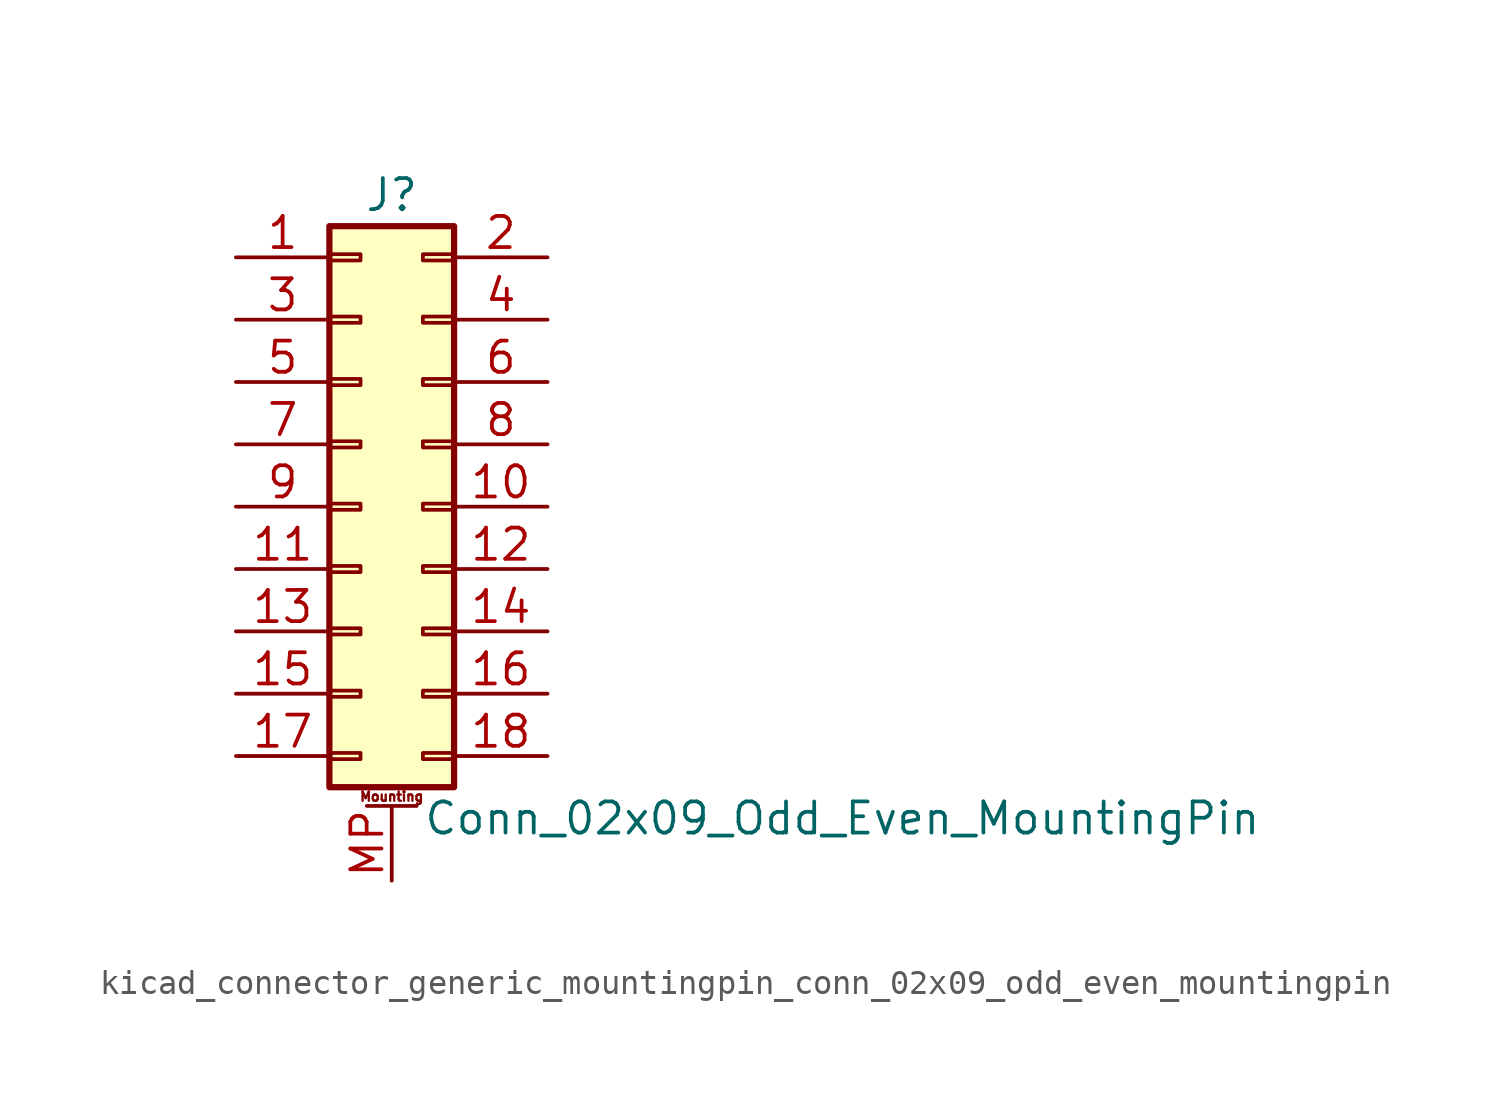
<source format=kicad_sym>
(kicad_symbol_lib
  (version 20220914)
  (generator kicad_symbol_editor)
  (symbol "kicad_connector_generic_mountingpin_conn_02x09_odd_even_mountingpin"
    (pin_names
      (offset 1.016) hide)
    (property "Reference" "J"
      (at 1.27 12.7 0)
      (effects (font (size 1.27 1.27))))
    (property "Value" "Conn_02x09_Odd_Even_MountingPin"
      (at 2.54 -12.7 0)
      (effects (font (size 1.27 1.27)) (justify left)))
    (symbol "kicad_connector_generic_mountingpin_conn_02x09_odd_even_mountingpin_1_1"
      (rectangle (start -1.27 -10.033) (end 0 -10.287) (stroke (width 0.152) (type default)) (fill (type none)))
      (rectangle (start -1.27 -7.493) (end 0 -7.747) (stroke (width 0.152) (type default)) (fill (type none)))
      (rectangle (start -1.27 -4.953) (end 0 -5.207) (stroke (width 0.152) (type default)) (fill (type none)))
      (rectangle (start -1.27 -2.413) (end 0 -2.667) (stroke (width 0.152) (type default)) (fill (type none)))
      (rectangle (start -1.27 0.127) (end 0 -0.127) (stroke (width 0.152) (type default)) (fill (type none)))
      (rectangle (start -1.27 2.667) (end 0 2.413) (stroke (width 0.152) (type default)) (fill (type none)))
      (rectangle (start -1.27 5.207) (end 0 4.953) (stroke (width 0.152) (type default)) (fill (type none)))
      (rectangle (start -1.27 7.747) (end 0 7.493) (stroke (width 0.152) (type default)) (fill (type none)))
      (rectangle (start -1.27 10.287) (end 0 10.033) (stroke (width 0.152) (type default)) (fill (type none)))
      (rectangle (start -1.27 11.43) (end 3.81 -11.43) (stroke (width 0.254) (type default)) (fill (type background)))
      (polyline (pts (xy 0.254 -12.192) (xy 2.286 -12.192)) (stroke (width 0.152) (type default)) (fill (type none)))
      (rectangle (start 3.81 -10.033) (end 2.54 -10.287) (stroke (width 0.152) (type default)) (fill (type none)))
      (rectangle (start 3.81 -7.493) (end 2.54 -7.747) (stroke (width 0.152) (type default)) (fill (type none)))
      (rectangle (start 3.81 -4.953) (end 2.54 -5.207) (stroke (width 0.152) (type default)) (fill (type none)))
      (rectangle (start 3.81 -2.413) (end 2.54 -2.667) (stroke (width 0.152) (type default)) (fill (type none)))
      (rectangle (start 3.81 0.127) (end 2.54 -0.127) (stroke (width 0.152) (type default)) (fill (type none)))
      (rectangle (start 3.81 2.667) (end 2.54 2.413) (stroke (width 0.152) (type default)) (fill (type none)))
      (rectangle (start 3.81 5.207) (end 2.54 4.953) (stroke (width 0.152) (type default)) (fill (type none)))
      (rectangle (start 3.81 7.747) (end 2.54 7.493) (stroke (width 0.152) (type default)) (fill (type none)))
      (rectangle (start 3.81 10.287) (end 2.54 10.033) (stroke (width 0.152) (type default)) (fill (type none)))
      (text "Mounting" (at 1.27 -11.811 0) (effects (font (size 0.381 0.381))))
      (pin passive line (at -5.08 10.16 0) (length 3.81) (name "Pin_1" (effects (font (size 1.27 1.27)))) (number "1" (effects (font (size 1.27 1.27)))))
      (pin passive line (at 7.62 0 180) (length 3.81) (name "Pin_10" (effects (font (size 1.27 1.27)))) (number "10" (effects (font (size 1.27 1.27)))))
      (pin passive line (at -5.08 -2.54 0) (length 3.81) (name "Pin_11" (effects (font (size 1.27 1.27)))) (number "11" (effects (font (size 1.27 1.27)))))
      (pin passive line (at 7.62 -2.54 180) (length 3.81) (name "Pin_12" (effects (font (size 1.27 1.27)))) (number "12" (effects (font (size 1.27 1.27)))))
      (pin passive line (at -5.08 -5.08 0) (length 3.81) (name "Pin_13" (effects (font (size 1.27 1.27)))) (number "13" (effects (font (size 1.27 1.27)))))
      (pin passive line (at 7.62 -5.08 180) (length 3.81) (name "Pin_14" (effects (font (size 1.27 1.27)))) (number "14" (effects (font (size 1.27 1.27)))))
      (pin passive line (at -5.08 -7.62 0) (length 3.81) (name "Pin_15" (effects (font (size 1.27 1.27)))) (number "15" (effects (font (size 1.27 1.27)))))
      (pin passive line (at 7.62 -7.62 180) (length 3.81) (name "Pin_16" (effects (font (size 1.27 1.27)))) (number "16" (effects (font (size 1.27 1.27)))))
      (pin passive line (at -5.08 -10.16 0) (length 3.81) (name "Pin_17" (effects (font (size 1.27 1.27)))) (number "17" (effects (font (size 1.27 1.27)))))
      (pin passive line (at 7.62 -10.16 180) (length 3.81) (name "Pin_18" (effects (font (size 1.27 1.27)))) (number "18" (effects (font (size 1.27 1.27)))))
      (pin passive line (at 7.62 10.16 180) (length 3.81) (name "Pin_2" (effects (font (size 1.27 1.27)))) (number "2" (effects (font (size 1.27 1.27)))))
      (pin passive line (at -5.08 7.62 0) (length 3.81) (name "Pin_3" (effects (font (size 1.27 1.27)))) (number "3" (effects (font (size 1.27 1.27)))))
      (pin passive line (at 7.62 7.62 180) (length 3.81) (name "Pin_4" (effects (font (size 1.27 1.27)))) (number "4" (effects (font (size 1.27 1.27)))))
      (pin passive line (at -5.08 5.08 0) (length 3.81) (name "Pin_5" (effects (font (size 1.27 1.27)))) (number "5" (effects (font (size 1.27 1.27)))))
      (pin passive line (at 7.62 5.08 180) (length 3.81) (name "Pin_6" (effects (font (size 1.27 1.27)))) (number "6" (effects (font (size 1.27 1.27)))))
      (pin passive line (at -5.08 2.54 0) (length 3.81) (name "Pin_7" (effects (font (size 1.27 1.27)))) (number "7" (effects (font (size 1.27 1.27)))))
      (pin passive line (at 7.62 2.54 180) (length 3.81) (name "Pin_8" (effects (font (size 1.27 1.27)))) (number "8" (effects (font (size 1.27 1.27)))))
      (pin passive line (at -5.08 0 0) (length 3.81) (name "Pin_9" (effects (font (size 1.27 1.27)))) (number "9" (effects (font (size 1.27 1.27)))))
      (pin passive line (at 1.27 -15.24 90) (length 3.048) (name "MountPin" (effects (font (size 1.27 1.27)))) (number "MP" (effects (font (size 1.27 1.27))))))))
</source>
